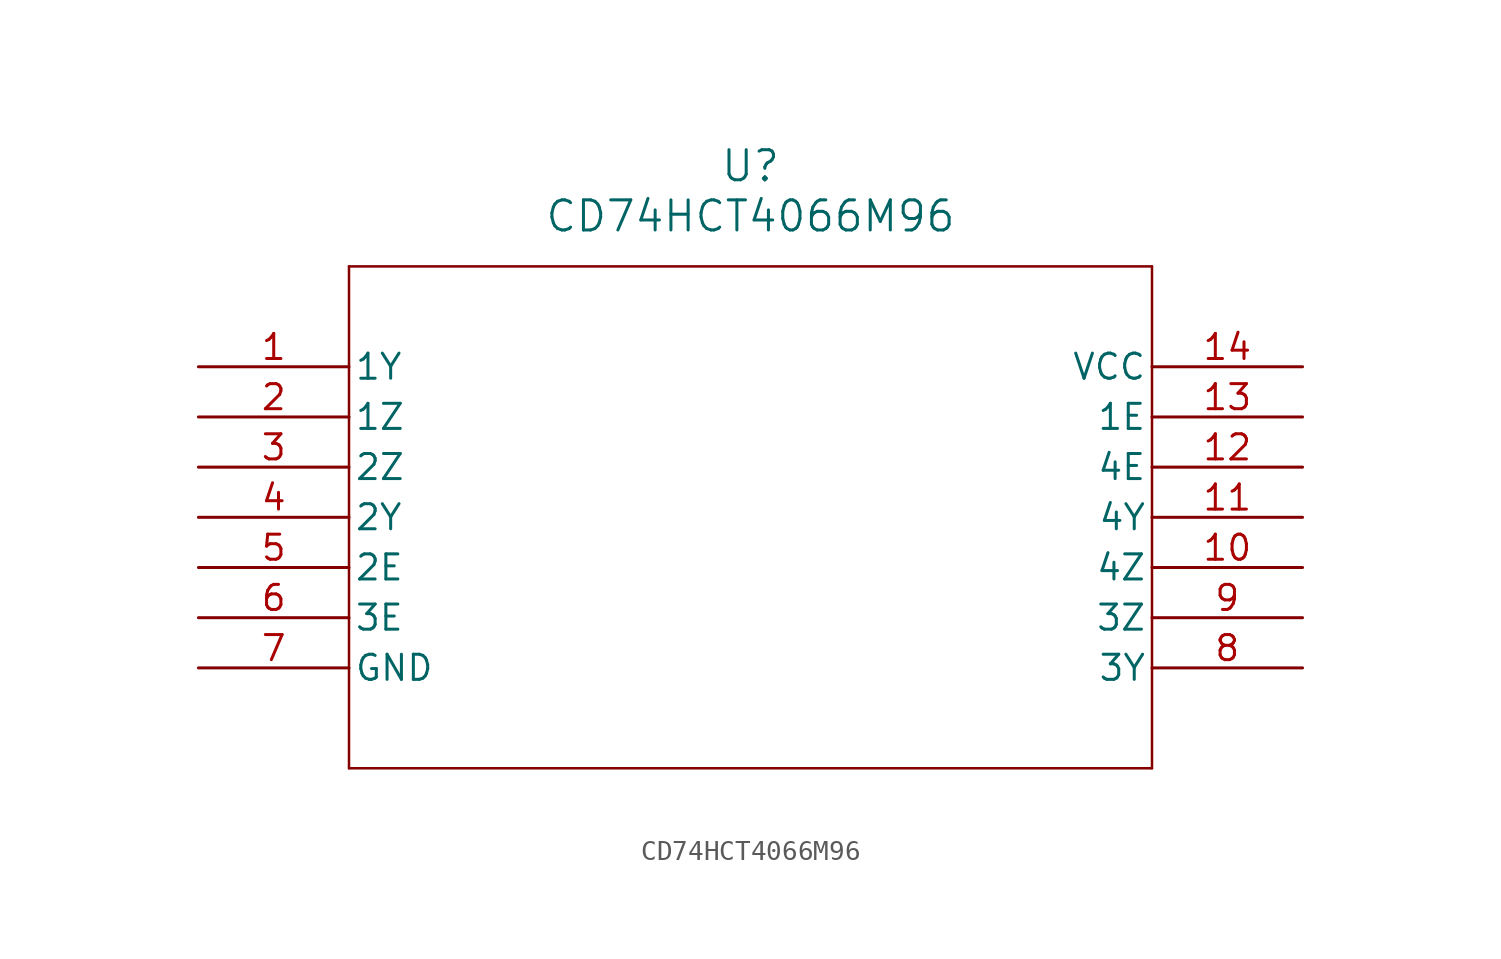
<source format=kicad_sym>
(kicad_symbol_lib
  (version 20241209)
  (generator "kicad_symbol_editor")
  (generator_version "9.0")
  (symbol "CD74HCT4066M96"
    (pin_names
      (offset 0.254))
    (property "Reference" "U"
      (at 27.94 10.16 0)
      (effects (font (size 1.524 1.524))))
    (property "Value" "CD74HCT4066M96"
      (at 27.94 7.62 0)
      (effects (font (size 1.524 1.524))))
    (symbol "CD74HCT4066M96_0_1"
      (polyline (pts (xy 7.62 5.08) (xy 7.62 -20.32)) (stroke (width 0.127) (type default)) (fill (type none)))
      (polyline (pts (xy 7.62 -20.32) (xy 48.26 -20.32)) (stroke (width 0.127) (type default)) (fill (type none)))
      (polyline (pts (xy 48.26 5.08) (xy 7.62 5.08)) (stroke (width 0.127) (type default)) (fill (type none)))
      (polyline (pts (xy 48.26 -20.32) (xy 48.26 5.08)) (stroke (width 0.127) (type default)) (fill (type none)))
      (pin output line (at 0 0 0) (length 7.62) (name "1Y" (effects (font (size 1.27 1.27)))) (number "1" (effects (font (size 1.27 1.27)))))
      (pin output line (at 0 -2.54 0) (length 7.62) (name "1Z" (effects (font (size 1.27 1.27)))) (number "2" (effects (font (size 1.27 1.27)))))
      (pin output line (at 0 -5.08 0) (length 7.62) (name "2Z" (effects (font (size 1.27 1.27)))) (number "3" (effects (font (size 1.27 1.27)))))
      (pin output line (at 0 -7.62 0) (length 7.62) (name "2Y" (effects (font (size 1.27 1.27)))) (number "4" (effects (font (size 1.27 1.27)))))
      (pin input line (at 0 -10.16 0) (length 7.62) (name "2E" (effects (font (size 1.27 1.27)))) (number "5" (effects (font (size 1.27 1.27)))))
      (pin input line (at 0 -12.7 0) (length 7.62) (name "3E" (effects (font (size 1.27 1.27)))) (number "6" (effects (font (size 1.27 1.27)))))
      (pin power_in line (at 0 -15.24 0) (length 7.62) (name "GND" (effects (font (size 1.27 1.27)))) (number "7" (effects (font (size 1.27 1.27)))))
      (pin power_in line (at 55.88 0 180) (length 7.62) (name "VCC" (effects (font (size 1.27 1.27)))) (number "14" (effects (font (size 1.27 1.27)))))
      (pin input line (at 55.88 -2.54 180) (length 7.62) (name "1E" (effects (font (size 1.27 1.27)))) (number "13" (effects (font (size 1.27 1.27)))))
      (pin input line (at 55.88 -5.08 180) (length 7.62) (name "4E" (effects (font (size 1.27 1.27)))) (number "12" (effects (font (size 1.27 1.27)))))
      (pin output line (at 55.88 -7.62 180) (length 7.62) (name "4Y" (effects (font (size 1.27 1.27)))) (number "11" (effects (font (size 1.27 1.27)))))
      (pin output line (at 55.88 -10.16 180) (length 7.62) (name "4Z" (effects (font (size 1.27 1.27)))) (number "10" (effects (font (size 1.27 1.27)))))
      (pin output line (at 55.88 -12.7 180) (length 7.62) (name "3Z" (effects (font (size 1.27 1.27)))) (number "9" (effects (font (size 1.27 1.27)))))
      (pin output line (at 55.88 -15.24 180) (length 7.62) (name "3Y" (effects (font (size 1.27 1.27)))) (number "8" (effects (font (size 1.27 1.27))))))))
</source>
